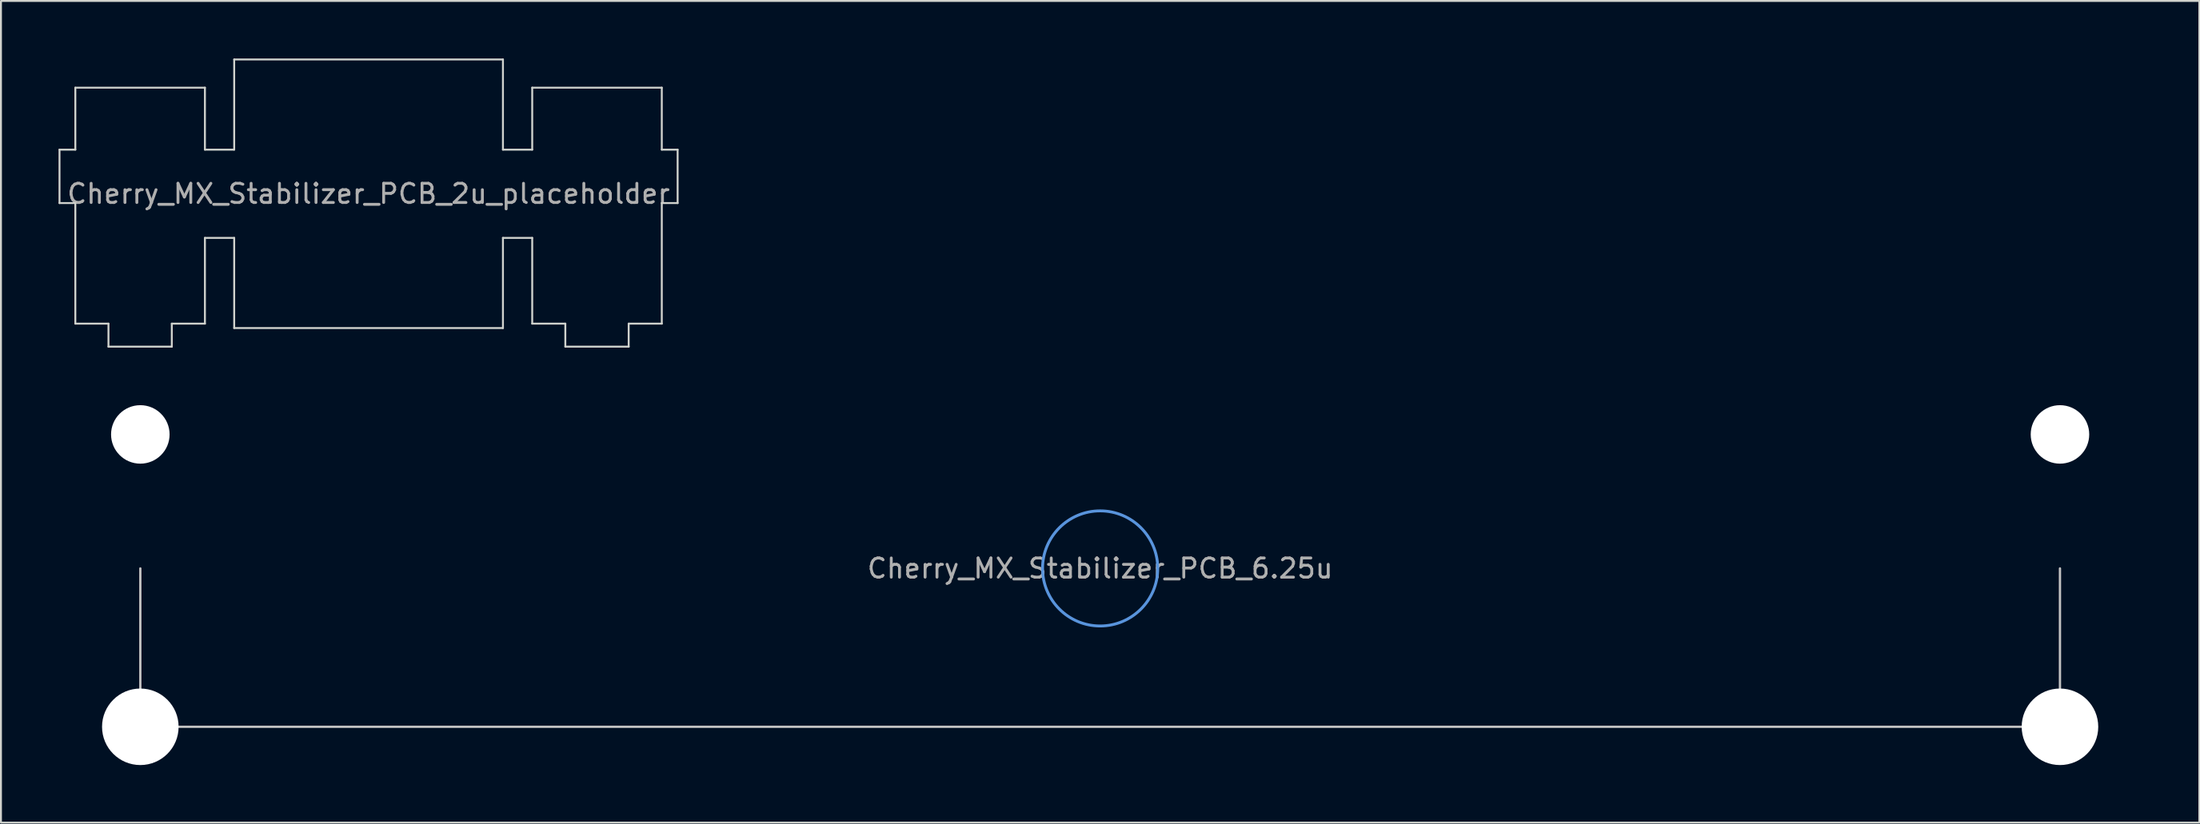
<source format=kicad_pcb>
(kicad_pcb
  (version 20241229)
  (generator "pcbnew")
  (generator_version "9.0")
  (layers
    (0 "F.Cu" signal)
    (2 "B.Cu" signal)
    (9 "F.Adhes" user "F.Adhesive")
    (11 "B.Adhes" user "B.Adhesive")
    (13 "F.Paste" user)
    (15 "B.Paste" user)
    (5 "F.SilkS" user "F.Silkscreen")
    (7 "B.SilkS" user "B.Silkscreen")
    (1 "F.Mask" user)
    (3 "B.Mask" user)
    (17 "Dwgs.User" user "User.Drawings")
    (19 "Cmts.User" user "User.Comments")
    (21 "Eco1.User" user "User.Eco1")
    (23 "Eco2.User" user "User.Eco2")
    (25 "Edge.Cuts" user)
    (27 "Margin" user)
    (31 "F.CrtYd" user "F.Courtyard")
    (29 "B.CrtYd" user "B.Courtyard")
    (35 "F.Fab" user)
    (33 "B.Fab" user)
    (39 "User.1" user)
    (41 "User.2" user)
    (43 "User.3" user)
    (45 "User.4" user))
  (footprint "Cherry_MX_Stabilizer_PCB_2u_placeholder"
    (layer "F.Cu")
    (at 16.15 7.05)
    (property "Reference" "Cherry_MX_Stabilizer_PCB_2u_placeholder" (at 0 0 0) (layer "F.Fab") (effects (font (size 1 1) (thickness 0.15))))
    (attr through_hole)
    (fp_line (start -16.1 -2.3) (end -16.1 0.485) (stroke (width 0.1) (type solid)) (layer "Edge.Cuts"))
    (fp_line (start -15.275 -5.53) (end -15.275 -2.3) (stroke (width 0.1) (type solid)) (layer "Edge.Cuts"))
    (fp_line (start -15.275 -2.3) (end -16.1 -2.3) (stroke (width 0.1) (type solid)) (layer "Edge.Cuts"))
    (fp_line (start -15.275 0.485) (end -16.1 0.485) (stroke (width 0.1) (type solid)) (layer "Edge.Cuts"))
    (fp_line (start -15.275 0.485) (end -15.275 6.77) (stroke (width 0.1) (type solid)) (layer "Edge.Cuts"))
    (fp_line (start -13.55 6.77) (end -15.275 6.77) (stroke (width 0.1) (type solid)) (layer "Edge.Cuts"))
    (fp_line (start -13.55 7.97) (end -13.55 6.77) (stroke (width 0.1) (type solid)) (layer "Edge.Cuts"))
    (fp_line (start -10.25 6.77) (end -10.25 7.97) (stroke (width 0.1) (type solid)) (layer "Edge.Cuts"))
    (fp_line (start -10.25 7.97) (end -13.55 7.97) (stroke (width 0.1) (type solid)) (layer "Edge.Cuts"))
    (fp_line (start -8.525 -5.53) (end -15.275 -5.53) (stroke (width 0.1) (type solid)) (layer "Edge.Cuts"))
    (fp_line (start -8.525 -2.3) (end -8.525 -5.53) (stroke (width 0.1) (type solid)) (layer "Edge.Cuts"))
    (fp_line (start -8.525 2.3) (end -8.525 6.77) (stroke (width 0.1) (type solid)) (layer "Edge.Cuts"))
    (fp_line (start -8.525 2.3) (end -7 2.3) (stroke (width 0.1) (type solid)) (layer "Edge.Cuts"))
    (fp_line (start -8.525 6.77) (end -10.25 6.77) (stroke (width 0.1) (type solid)) (layer "Edge.Cuts"))
    (fp_line (start -7 -7) (end -7 -2.3) (stroke (width 0.1) (type solid)) (layer "Edge.Cuts"))
    (fp_line (start -7 -7) (end 7 -7) (stroke (width 0.1) (type solid)) (layer "Edge.Cuts"))
    (fp_line (start -7 -2.3) (end -8.525 -2.3) (stroke (width 0.1) (type solid)) (layer "Edge.Cuts"))
    (fp_line (start -7 7) (end -7 2.3) (stroke (width 0.1) (type solid)) (layer "Edge.Cuts"))
    (fp_line (start 7 -7) (end 7 -2.3) (stroke (width 0.1) (type solid)) (layer "Edge.Cuts"))
    (fp_line (start 7 -2.3) (end 8.525 -2.3) (stroke (width 0.1) (type solid)) (layer "Edge.Cuts"))
    (fp_line (start 7 7) (end -7 7) (stroke (width 0.1) (type solid)) (layer "Edge.Cuts"))
    (fp_line (start 7 7) (end 7 2.3) (stroke (width 0.1) (type solid)) (layer "Edge.Cuts"))
    (fp_line (start 8.525 -5.53) (end 15.275 -5.53) (stroke (width 0.1) (type solid)) (layer "Edge.Cuts"))
    (fp_line (start 8.525 -2.3) (end 8.525 -5.53) (stroke (width 0.1) (type solid)) (layer "Edge.Cuts"))
    (fp_line (start 8.525 2.3) (end 7 2.3) (stroke (width 0.1) (type solid)) (layer "Edge.Cuts"))
    (fp_line (start 8.525 2.3) (end 8.525 6.77) (stroke (width 0.1) (type solid)) (layer "Edge.Cuts"))
    (fp_line (start 8.525 6.77) (end 10.25 6.77) (stroke (width 0.1) (type solid)) (layer "Edge.Cuts"))
    (fp_line (start 10.25 6.77) (end 10.25 7.97) (stroke (width 0.1) (type solid)) (layer "Edge.Cuts"))
    (fp_line (start 10.25 7.97) (end 13.55 7.97) (stroke (width 0.1) (type solid)) (layer "Edge.Cuts"))
    (fp_line (start 13.55 6.77) (end 15.275 6.77) (stroke (width 0.1) (type solid)) (layer "Edge.Cuts"))
    (fp_line (start 13.55 7.97) (end 13.55 6.77) (stroke (width 0.1) (type solid)) (layer "Edge.Cuts"))
    (fp_line (start 15.275 -5.53) (end 15.275 -2.3) (stroke (width 0.1) (type solid)) (layer "Edge.Cuts"))
    (fp_line (start 15.275 -2.3) (end 16.1 -2.3) (stroke (width 0.1) (type solid)) (layer "Edge.Cuts"))
    (fp_line (start 15.275 0.485) (end 15.275 6.77) (stroke (width 0.1) (type solid)) (layer "Edge.Cuts"))
    (fp_line (start 15.275 0.485) (end 16.1 0.485) (stroke (width 0.1) (type solid)) (layer "Edge.Cuts"))
    (fp_line (start 16.1 -2.3) (end 16.1 0.485) (stroke (width 0.1) (type solid)) (layer "Edge.Cuts")))
  (footprint "Cherry_MX_Stabilizer_PCB_6.25u"
    (layer "F.Cu")
    (at 54.26 26.579)
    (property "Reference" "Cherry_MX_Stabilizer_PCB_6.25u" (at 0 0 0) (layer "F.Fab") (effects (font (size 1 1) (thickness 0.15))))
    (attr through_hole)
    (fp_line (start -50 8.255) (end -50 0) (stroke (width 0.12) (type solid)) (layer "Dwgs.User"))
    (fp_line (start -50 8.255) (end 50 8.255) (stroke (width 0.12) (type solid)) (layer "Dwgs.User"))
    (fp_line (start 50 8.255) (end 50 0) (stroke (width 0.12) (type solid)) (layer "Dwgs.User"))
    (fp_circle (center 0 0) (end 3 0) (stroke (width 0.15) (type solid)) (fill no) (layer "Cmts.User"))
    (fp_line (start -54.2 -2.3) (end -54.2 0.485) (stroke (width 0.12) (type solid)) (layer "Eco1.User"))
    (fp_line (start -53.375 -5.53) (end -53.375 -2.3) (stroke (width 0.12) (type solid)) (layer "Eco1.User"))
    (fp_line (start -53.375 -2.3) (end -54.2 -2.3) (stroke (width 0.12) (type solid)) (layer "Eco1.User"))
    (fp_line (start -53.375 0.485) (end -54.2 0.485) (stroke (width 0.12) (type solid)) (layer "Eco1.User"))
    (fp_line (start -53.375 0.485) (end -53.375 6.77) (stroke (width 0.12) (type solid)) (layer "Eco1.User"))
    (fp_line (start -51.65 6.77) (end -53.375 6.77) (stroke (width 0.12) (type solid)) (layer "Eco1.User"))
    (fp_line (start -51.65 7.97) (end -51.65 6.77) (stroke (width 0.12) (type solid)) (layer "Eco1.User"))
    (fp_line (start -48.35 6.77) (end -48.35 7.97) (stroke (width 0.12) (type solid)) (layer "Eco1.User"))
    (fp_line (start -48.35 7.97) (end -51.65 7.97) (stroke (width 0.12) (type solid)) (layer "Eco1.User"))
    (fp_line (start -46.625 -5.53) (end -53.375 -5.53) (stroke (width 0.12) (type solid)) (layer "Eco1.User"))
    (fp_line (start -46.625 -2.3) (end -46.625 -5.53) (stroke (width 0.12) (type solid)) (layer "Eco1.User"))
    (fp_line (start -46.625 2.3) (end -46.625 6.77) (stroke (width 0.12) (type solid)) (layer "Eco1.User"))
    (fp_line (start -46.625 2.3) (end -7 2.3) (stroke (width 0.12) (type solid)) (layer "Eco1.User"))
    (fp_line (start -46.625 6.77) (end -48.35 6.77) (stroke (width 0.12) (type solid)) (layer "Eco1.User"))
    (fp_line (start -7 -7) (end -7 -2.3) (stroke (width 0.12) (type solid)) (layer "Eco1.User"))
    (fp_line (start -7 -7) (end 7 -7) (stroke (width 0.12) (type solid)) (layer "Eco1.User"))
    (fp_line (start -7 -2.3) (end -46.625 -2.3) (stroke (width 0.12) (type solid)) (layer "Eco1.User"))
    (fp_line (start -7 7) (end -7 2.3) (stroke (width 0.12) (type solid)) (layer "Eco1.User"))
    (fp_line (start 7 -7) (end 7 -2.3) (stroke (width 0.12) (type solid)) (layer "Eco1.User"))
    (fp_line (start 7 -2.3) (end 46.625 -2.3) (stroke (width 0.12) (type solid)) (layer "Eco1.User"))
    (fp_line (start 7 7) (end -7 7) (stroke (width 0.12) (type solid)) (layer "Eco1.User"))
    (fp_line (start 7 7) (end 7 2.3) (stroke (width 0.12) (type solid)) (layer "Eco1.User"))
    (fp_line (start 46.625 -5.53) (end 53.375 -5.53) (stroke (width 0.12) (type solid)) (layer "Eco1.User"))
    (fp_line (start 46.625 -2.3) (end 46.625 -5.53) (stroke (width 0.12) (type solid)) (layer "Eco1.User"))
    (fp_line (start 46.625 2.3) (end 7 2.3) (stroke (width 0.12) (type solid)) (layer "Eco1.User"))
    (fp_line (start 46.625 2.3) (end 46.625 6.77) (stroke (width 0.12) (type solid)) (layer "Eco1.User"))
    (fp_line (start 46.625 6.77) (end 48.35 6.77) (stroke (width 0.12) (type solid)) (layer "Eco1.User"))
    (fp_line (start 48.35 6.77) (end 48.35 7.97) (stroke (width 0.12) (type solid)) (layer "Eco1.User"))
    (fp_line (start 48.35 7.97) (end 51.65 7.97) (stroke (width 0.12) (type solid)) (layer "Eco1.User"))
    (fp_line (start 51.65 6.77) (end 53.375 6.77) (stroke (width 0.12) (type solid)) (layer "Eco1.User"))
    (fp_line (start 51.65 7.97) (end 51.65 6.77) (stroke (width 0.12) (type solid)) (layer "Eco1.User"))
    (fp_line (start 53.375 -5.53) (end 53.375 -2.3) (stroke (width 0.12) (type solid)) (layer "Eco1.User"))
    (fp_line (start 53.375 -2.3) (end 54.2 -2.3) (stroke (width 0.12) (type solid)) (layer "Eco1.User"))
    (fp_line (start 53.375 0.485) (end 53.375 6.77) (stroke (width 0.12) (type solid)) (layer "Eco1.User"))
    (fp_line (start 53.375 0.485) (end 54.2 0.485) (stroke (width 0.12) (type solid)) (layer "Eco1.User"))
    (fp_line (start 54.2 -2.3) (end 54.2 0.485) (stroke (width 0.12) (type solid)) (layer "Eco1.User"))
    (pad "" np_thru_hole circle (at -50 -6.985) (size 3.048 3.048) (drill 3.048) (layers "*.Cu" "*.Mask"))
    (pad "" np_thru_hole circle (at -50 8.255) (size 3.988 3.988) (drill 3.988) (layers "*.Cu" "*.Mask"))
    (pad "" np_thru_hole circle (at 50 -6.985) (size 3.048 3.048) (drill 3.048) (layers "*.Cu" "*.Mask"))
    (pad "" np_thru_hole circle (at 50 8.255) (size 3.988 3.988) (drill 3.988) (layers "*.Cu" "*.Mask")))
  (gr_rect
    (start -3 -3)
    (end 111.52 39.828)
    (stroke (width 0.1) (type default))
    (fill no)
    (layer "Edge.Cuts")))
</source>
